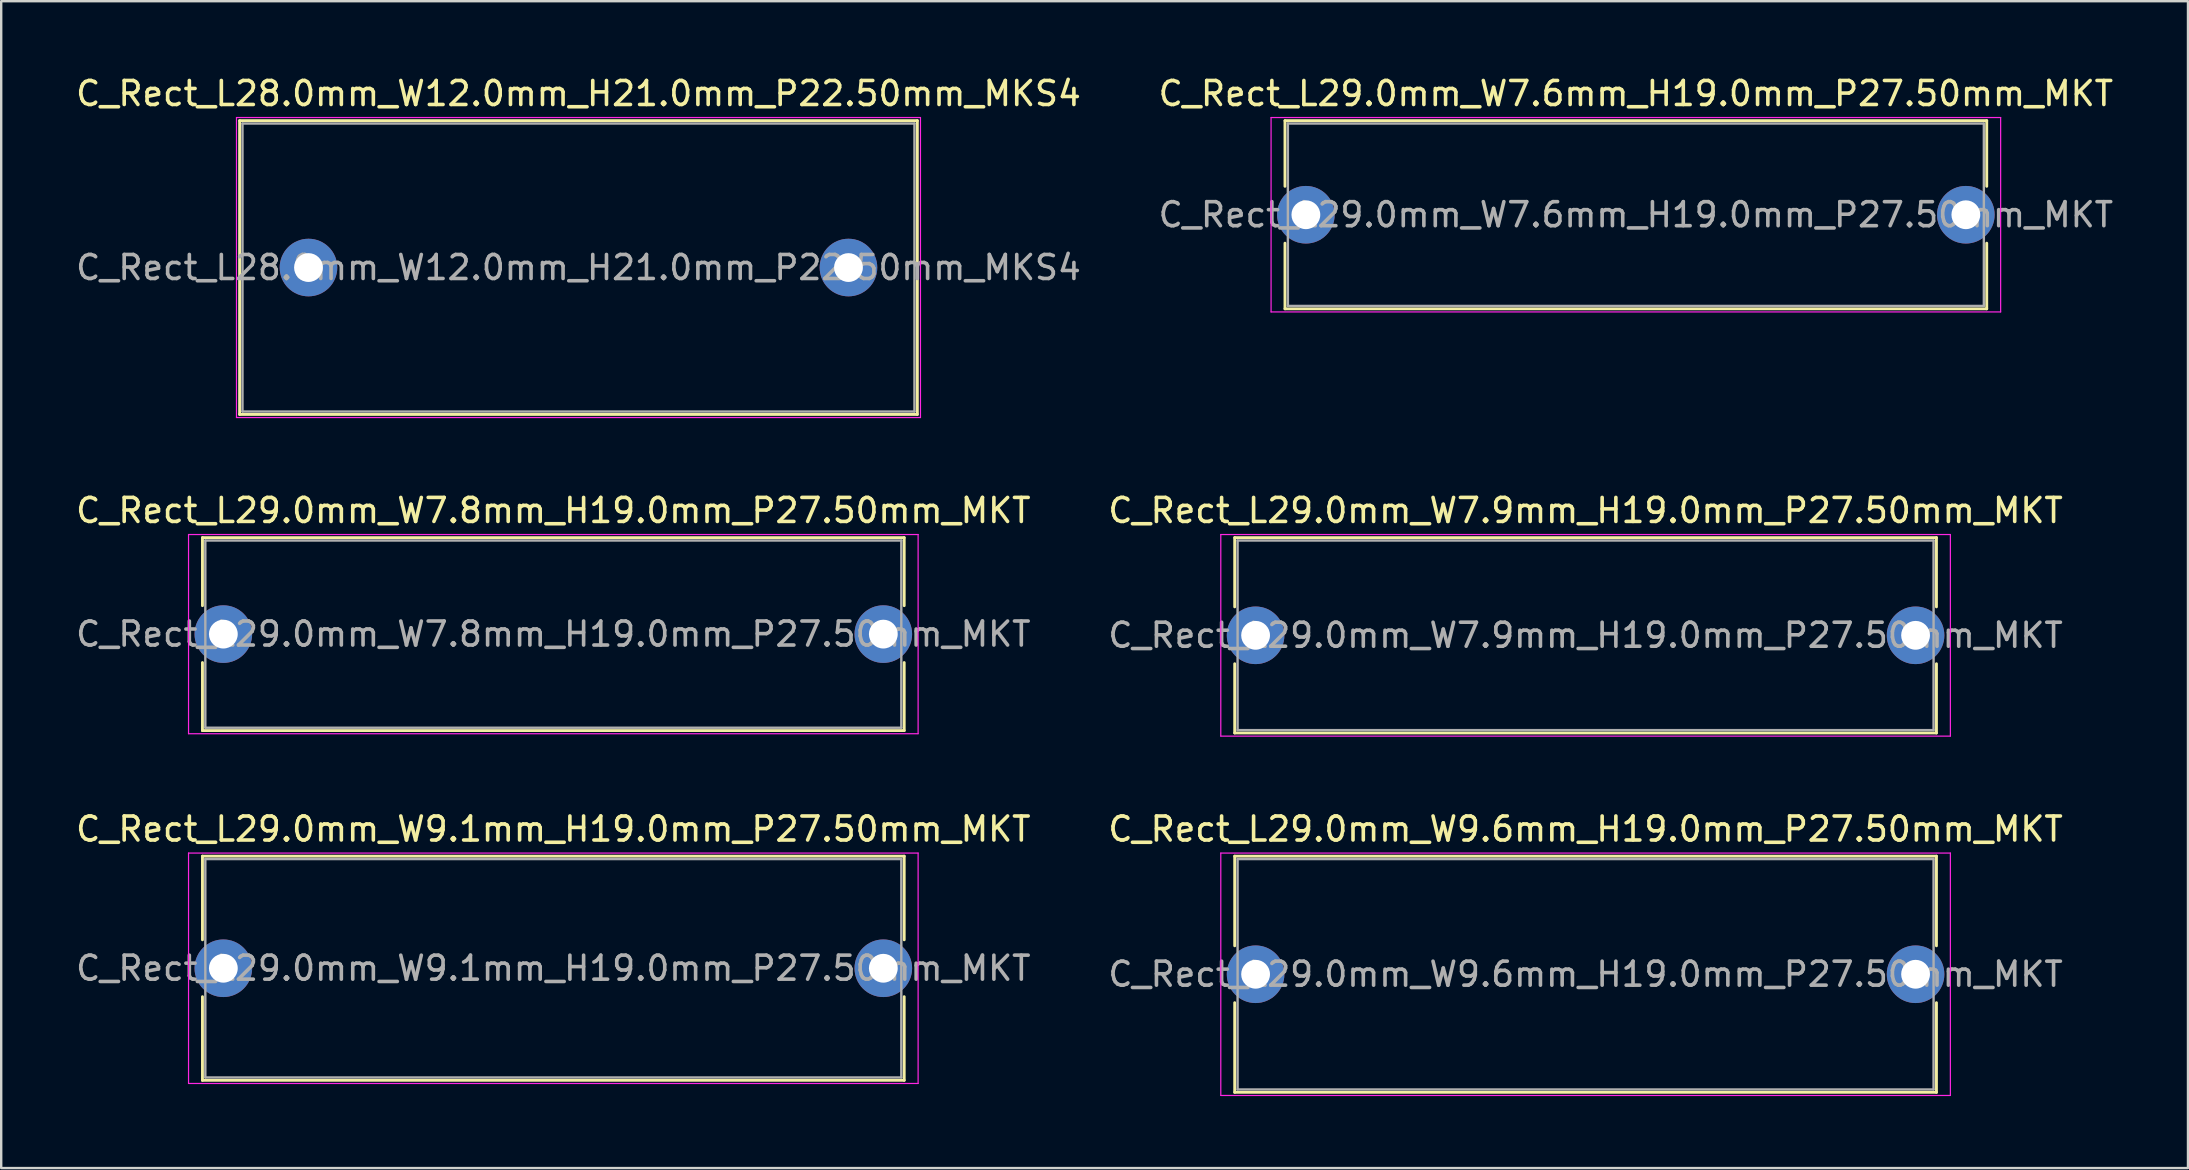
<source format=kicad_pcb>
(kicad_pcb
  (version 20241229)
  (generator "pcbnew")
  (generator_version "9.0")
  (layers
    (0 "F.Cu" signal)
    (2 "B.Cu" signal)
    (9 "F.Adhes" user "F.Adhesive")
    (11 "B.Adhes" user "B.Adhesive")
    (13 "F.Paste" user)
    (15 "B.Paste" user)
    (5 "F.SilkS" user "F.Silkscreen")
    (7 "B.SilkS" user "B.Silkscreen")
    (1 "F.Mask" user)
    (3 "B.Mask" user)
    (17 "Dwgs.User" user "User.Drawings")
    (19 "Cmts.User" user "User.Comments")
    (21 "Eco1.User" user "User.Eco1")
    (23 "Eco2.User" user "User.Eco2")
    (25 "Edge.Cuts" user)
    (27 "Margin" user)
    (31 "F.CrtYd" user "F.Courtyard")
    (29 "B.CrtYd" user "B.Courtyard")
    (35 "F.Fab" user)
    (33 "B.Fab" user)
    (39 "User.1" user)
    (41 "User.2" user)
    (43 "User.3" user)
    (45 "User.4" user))
  (footprint "C_Rect_L29.0mm_W7.6mm_H19.0mm_P27.50mm_MKT"
    (layer "F.Cu")
    (at 51.363 5.898)
    (property "Reference" "C_Rect_L29.0mm_W7.6mm_H19.0mm_P27.50mm_MKT" (at 13.75 -5.05 0) (layer "F.SilkS") (effects (font (size 1 1) (thickness 0.15))))
    (attr through_hole)
    (fp_line (start -0.87 -3.92) (end -0.87 -1.185) (stroke (width 0.12) (type solid)) (layer "F.SilkS"))
    (fp_line (start -0.87 -3.92) (end 28.37 -3.92) (stroke (width 0.12) (type solid)) (layer "F.SilkS"))
    (fp_line (start -0.87 1.185) (end -0.87 3.92) (stroke (width 0.12) (type solid)) (layer "F.SilkS"))
    (fp_line (start -0.87 3.92) (end 28.37 3.92) (stroke (width 0.12) (type solid)) (layer "F.SilkS"))
    (fp_line (start 28.37 -3.92) (end 28.37 -1.185) (stroke (width 0.12) (type solid)) (layer "F.SilkS"))
    (fp_line (start 28.37 1.185) (end 28.37 3.92) (stroke (width 0.12) (type solid)) (layer "F.SilkS"))
    (fp_line (start -1.45 -4.05) (end -1.45 4.05) (stroke (width 0.05) (type solid)) (layer "F.CrtYd"))
    (fp_line (start -1.45 4.05) (end 28.95 4.05) (stroke (width 0.05) (type solid)) (layer "F.CrtYd"))
    (fp_line (start 28.95 -4.05) (end -1.45 -4.05) (stroke (width 0.05) (type solid)) (layer "F.CrtYd"))
    (fp_line (start 28.95 4.05) (end 28.95 -4.05) (stroke (width 0.05) (type solid)) (layer "F.CrtYd"))
    (fp_line (start -0.75 -3.8) (end -0.75 3.8) (stroke (width 0.1) (type solid)) (layer "F.Fab"))
    (fp_line (start -0.75 3.8) (end 28.25 3.8) (stroke (width 0.1) (type solid)) (layer "F.Fab"))
    (fp_line (start 28.25 -3.8) (end -0.75 -3.8) (stroke (width 0.1) (type solid)) (layer "F.Fab"))
    (fp_line (start 28.25 3.8) (end 28.25 -3.8) (stroke (width 0.1) (type solid)) (layer "F.Fab"))
    (fp_text user "${REFERENCE}" (at 13.75 0 0) (layer "F.Fab") (effects (font (size 1 1) (thickness 0.15))))
    (pad "1" thru_hole circle (at 0 0) (size 2.4 2.4) (drill 1.2) (layers "*.Cu" "*.Mask"))
    (pad "2" thru_hole circle (at 27.5 0) (size 2.4 2.4) (drill 1.2) (layers "*.Cu" "*.Mask")))
  (footprint "C_Rect_L29.0mm_W9.1mm_H19.0mm_P27.50mm_MKT"
    (layer "F.Cu")
    (at 6.256 37.295)
    (property "Reference" "C_Rect_L29.0mm_W9.1mm_H19.0mm_P27.50mm_MKT" (at 13.75 -5.8 0) (layer "F.SilkS") (effects (font (size 1 1) (thickness 0.15))))
    (attr through_hole)
    (fp_line (start -0.87 -4.67) (end -0.87 -1.185) (stroke (width 0.12) (type solid)) (layer "F.SilkS"))
    (fp_line (start -0.87 -4.67) (end 28.37 -4.67) (stroke (width 0.12) (type solid)) (layer "F.SilkS"))
    (fp_line (start -0.87 1.185) (end -0.87 4.67) (stroke (width 0.12) (type solid)) (layer "F.SilkS"))
    (fp_line (start -0.87 4.67) (end 28.37 4.67) (stroke (width 0.12) (type solid)) (layer "F.SilkS"))
    (fp_line (start 28.37 -4.67) (end 28.37 -1.185) (stroke (width 0.12) (type solid)) (layer "F.SilkS"))
    (fp_line (start 28.37 1.185) (end 28.37 4.67) (stroke (width 0.12) (type solid)) (layer "F.SilkS"))
    (fp_line (start -1.45 -4.8) (end -1.45 4.8) (stroke (width 0.05) (type solid)) (layer "F.CrtYd"))
    (fp_line (start -1.45 4.8) (end 28.95 4.8) (stroke (width 0.05) (type solid)) (layer "F.CrtYd"))
    (fp_line (start 28.95 -4.8) (end -1.45 -4.8) (stroke (width 0.05) (type solid)) (layer "F.CrtYd"))
    (fp_line (start 28.95 4.8) (end 28.95 -4.8) (stroke (width 0.05) (type solid)) (layer "F.CrtYd"))
    (fp_line (start -0.75 -4.55) (end -0.75 4.55) (stroke (width 0.1) (type solid)) (layer "F.Fab"))
    (fp_line (start -0.75 4.55) (end 28.25 4.55) (stroke (width 0.1) (type solid)) (layer "F.Fab"))
    (fp_line (start 28.25 -4.55) (end -0.75 -4.55) (stroke (width 0.1) (type solid)) (layer "F.Fab"))
    (fp_line (start 28.25 4.55) (end 28.25 -4.55) (stroke (width 0.1) (type solid)) (layer "F.Fab"))
    (fp_text user "${REFERENCE}" (at 13.75 0 0) (layer "F.Fab") (effects (font (size 1 1) (thickness 0.15))))
    (pad "1" thru_hole circle (at 0 0) (size 2.4 2.4) (drill 1.2) (layers "*.Cu" "*.Mask"))
    (pad "2" thru_hole circle (at 27.5 0) (size 2.4 2.4) (drill 1.2) (layers "*.Cu" "*.Mask")))
  (footprint "C_Rect_L29.0mm_W7.9mm_H19.0mm_P27.50mm_MKT"
    (layer "F.Cu")
    (at 49.268 23.422)
    (property "Reference" "C_Rect_L29.0mm_W7.9mm_H19.0mm_P27.50mm_MKT" (at 13.75 -5.2 0) (layer "F.SilkS") (effects (font (size 1 1) (thickness 0.15))))
    (attr through_hole)
    (fp_line (start -0.87 -4.07) (end -0.87 -1.185) (stroke (width 0.12) (type solid)) (layer "F.SilkS"))
    (fp_line (start -0.87 -4.07) (end 28.37 -4.07) (stroke (width 0.12) (type solid)) (layer "F.SilkS"))
    (fp_line (start -0.87 1.185) (end -0.87 4.07) (stroke (width 0.12) (type solid)) (layer "F.SilkS"))
    (fp_line (start -0.87 4.07) (end 28.37 4.07) (stroke (width 0.12) (type solid)) (layer "F.SilkS"))
    (fp_line (start 28.37 -4.07) (end 28.37 -1.185) (stroke (width 0.12) (type solid)) (layer "F.SilkS"))
    (fp_line (start 28.37 1.185) (end 28.37 4.07) (stroke (width 0.12) (type solid)) (layer "F.SilkS"))
    (fp_line (start -1.45 -4.2) (end -1.45 4.2) (stroke (width 0.05) (type solid)) (layer "F.CrtYd"))
    (fp_line (start -1.45 4.2) (end 28.95 4.2) (stroke (width 0.05) (type solid)) (layer "F.CrtYd"))
    (fp_line (start 28.95 -4.2) (end -1.45 -4.2) (stroke (width 0.05) (type solid)) (layer "F.CrtYd"))
    (fp_line (start 28.95 4.2) (end 28.95 -4.2) (stroke (width 0.05) (type solid)) (layer "F.CrtYd"))
    (fp_line (start -0.75 -3.95) (end -0.75 3.95) (stroke (width 0.1) (type solid)) (layer "F.Fab"))
    (fp_line (start -0.75 3.95) (end 28.25 3.95) (stroke (width 0.1) (type solid)) (layer "F.Fab"))
    (fp_line (start 28.25 -3.95) (end -0.75 -3.95) (stroke (width 0.1) (type solid)) (layer "F.Fab"))
    (fp_line (start 28.25 3.95) (end 28.25 -3.95) (stroke (width 0.1) (type solid)) (layer "F.Fab"))
    (fp_text user "${REFERENCE}" (at 13.75 0 0) (layer "F.Fab") (effects (font (size 1 1) (thickness 0.15))))
    (pad "1" thru_hole circle (at 0 0) (size 2.4 2.4) (drill 1.2) (layers "*.Cu" "*.Mask"))
    (pad "2" thru_hole circle (at 27.5 0) (size 2.4 2.4) (drill 1.2) (layers "*.Cu" "*.Mask")))
  (footprint "C_Rect_L29.0mm_W7.8mm_H19.0mm_P27.50mm_MKT"
    (layer "F.Cu")
    (at 6.256 23.372)
    (property "Reference" "C_Rect_L29.0mm_W7.8mm_H19.0mm_P27.50mm_MKT" (at 13.75 -5.15 0) (layer "F.SilkS") (effects (font (size 1 1) (thickness 0.15))))
    (attr through_hole)
    (fp_line (start -0.87 -4.02) (end -0.87 -1.185) (stroke (width 0.12) (type solid)) (layer "F.SilkS"))
    (fp_line (start -0.87 -4.02) (end 28.37 -4.02) (stroke (width 0.12) (type solid)) (layer "F.SilkS"))
    (fp_line (start -0.87 1.185) (end -0.87 4.02) (stroke (width 0.12) (type solid)) (layer "F.SilkS"))
    (fp_line (start -0.87 4.02) (end 28.37 4.02) (stroke (width 0.12) (type solid)) (layer "F.SilkS"))
    (fp_line (start 28.37 -4.02) (end 28.37 -1.185) (stroke (width 0.12) (type solid)) (layer "F.SilkS"))
    (fp_line (start 28.37 1.185) (end 28.37 4.02) (stroke (width 0.12) (type solid)) (layer "F.SilkS"))
    (fp_line (start -1.45 -4.15) (end -1.45 4.15) (stroke (width 0.05) (type solid)) (layer "F.CrtYd"))
    (fp_line (start -1.45 4.15) (end 28.95 4.15) (stroke (width 0.05) (type solid)) (layer "F.CrtYd"))
    (fp_line (start 28.95 -4.15) (end -1.45 -4.15) (stroke (width 0.05) (type solid)) (layer "F.CrtYd"))
    (fp_line (start 28.95 4.15) (end 28.95 -4.15) (stroke (width 0.05) (type solid)) (layer "F.CrtYd"))
    (fp_line (start -0.75 -3.9) (end -0.75 3.9) (stroke (width 0.1) (type solid)) (layer "F.Fab"))
    (fp_line (start -0.75 3.9) (end 28.25 3.9) (stroke (width 0.1) (type solid)) (layer "F.Fab"))
    (fp_line (start 28.25 -3.9) (end -0.75 -3.9) (stroke (width 0.1) (type solid)) (layer "F.Fab"))
    (fp_line (start 28.25 3.9) (end 28.25 -3.9) (stroke (width 0.1) (type solid)) (layer "F.Fab"))
    (fp_text user "${REFERENCE}" (at 13.75 0 0) (layer "F.Fab") (effects (font (size 1 1) (thickness 0.15))))
    (pad "1" thru_hole circle (at 0 0) (size 2.4 2.4) (drill 1.2) (layers "*.Cu" "*.Mask"))
    (pad "2" thru_hole circle (at 27.5 0) (size 2.4 2.4) (drill 1.2) (layers "*.Cu" "*.Mask")))
  (footprint "C_Rect_L29.0mm_W9.6mm_H19.0mm_P27.50mm_MKT"
    (layer "F.Cu")
    (at 49.268 37.545)
    (property "Reference" "C_Rect_L29.0mm_W9.6mm_H19.0mm_P27.50mm_MKT" (at 13.75 -6.05 0) (layer "F.SilkS") (effects (font (size 1 1) (thickness 0.15))))
    (attr through_hole)
    (fp_line (start -0.87 -4.92) (end -0.87 -1.185) (stroke (width 0.12) (type solid)) (layer "F.SilkS"))
    (fp_line (start -0.87 -4.92) (end 28.37 -4.92) (stroke (width 0.12) (type solid)) (layer "F.SilkS"))
    (fp_line (start -0.87 1.185) (end -0.87 4.92) (stroke (width 0.12) (type solid)) (layer "F.SilkS"))
    (fp_line (start -0.87 4.92) (end 28.37 4.92) (stroke (width 0.12) (type solid)) (layer "F.SilkS"))
    (fp_line (start 28.37 -4.92) (end 28.37 -1.185) (stroke (width 0.12) (type solid)) (layer "F.SilkS"))
    (fp_line (start 28.37 1.185) (end 28.37 4.92) (stroke (width 0.12) (type solid)) (layer "F.SilkS"))
    (fp_line (start -1.45 -5.05) (end -1.45 5.05) (stroke (width 0.05) (type solid)) (layer "F.CrtYd"))
    (fp_line (start -1.45 5.05) (end 28.95 5.05) (stroke (width 0.05) (type solid)) (layer "F.CrtYd"))
    (fp_line (start 28.95 -5.05) (end -1.45 -5.05) (stroke (width 0.05) (type solid)) (layer "F.CrtYd"))
    (fp_line (start 28.95 5.05) (end 28.95 -5.05) (stroke (width 0.05) (type solid)) (layer "F.CrtYd"))
    (fp_line (start -0.75 -4.8) (end -0.75 4.8) (stroke (width 0.1) (type solid)) (layer "F.Fab"))
    (fp_line (start -0.75 4.8) (end 28.25 4.8) (stroke (width 0.1) (type solid)) (layer "F.Fab"))
    (fp_line (start 28.25 -4.8) (end -0.75 -4.8) (stroke (width 0.1) (type solid)) (layer "F.Fab"))
    (fp_line (start 28.25 4.8) (end 28.25 -4.8) (stroke (width 0.1) (type solid)) (layer "F.Fab"))
    (fp_text user "${REFERENCE}" (at 13.75 0 0) (layer "F.Fab") (effects (font (size 1 1) (thickness 0.15))))
    (pad "1" thru_hole circle (at 0 0) (size 2.4 2.4) (drill 1.2) (layers "*.Cu" "*.Mask"))
    (pad "2" thru_hole circle (at 27.5 0) (size 2.4 2.4) (drill 1.2) (layers "*.Cu" "*.Mask")))
  (footprint "C_Rect_L28.0mm_W12.0mm_H21.0mm_P22.50mm_MKS4"
    (layer "F.Cu")
    (at 9.804 8.098)
    (property "Reference" "C_Rect_L28.0mm_W12.0mm_H21.0mm_P22.50mm_MKS4" (at 11.25 -7.25 0) (layer "F.SilkS") (effects (font (size 1 1) (thickness 0.15))))
    (attr through_hole)
    (fp_line (start -2.87 -6.12) (end -2.87 6.12) (stroke (width 0.12) (type solid)) (layer "F.SilkS"))
    (fp_line (start -2.87 -6.12) (end 25.37 -6.12) (stroke (width 0.12) (type solid)) (layer "F.SilkS"))
    (fp_line (start -2.87 6.12) (end 25.37 6.12) (stroke (width 0.12) (type solid)) (layer "F.SilkS"))
    (fp_line (start 25.37 -6.12) (end 25.37 6.12) (stroke (width 0.12) (type solid)) (layer "F.SilkS"))
    (fp_line (start -3 -6.25) (end -3 6.25) (stroke (width 0.05) (type solid)) (layer "F.CrtYd"))
    (fp_line (start -3 6.25) (end 25.5 6.25) (stroke (width 0.05) (type solid)) (layer "F.CrtYd"))
    (fp_line (start 25.5 -6.25) (end -3 -6.25) (stroke (width 0.05) (type solid)) (layer "F.CrtYd"))
    (fp_line (start 25.5 6.25) (end 25.5 -6.25) (stroke (width 0.05) (type solid)) (layer "F.CrtYd"))
    (fp_line (start -2.75 -6) (end -2.75 6) (stroke (width 0.1) (type solid)) (layer "F.Fab"))
    (fp_line (start -2.75 6) (end 25.25 6) (stroke (width 0.1) (type solid)) (layer "F.Fab"))
    (fp_line (start 25.25 -6) (end -2.75 -6) (stroke (width 0.1) (type solid)) (layer "F.Fab"))
    (fp_line (start 25.25 6) (end 25.25 -6) (stroke (width 0.1) (type solid)) (layer "F.Fab"))
    (fp_text user "${REFERENCE}" (at 11.25 0 0) (layer "F.Fab") (effects (font (size 1 1) (thickness 0.15))))
    (pad "1" thru_hole circle (at 0 0) (size 2.4 2.4) (drill 1.2) (layers "*.Cu" "*.Mask"))
    (pad "2" thru_hole circle (at 22.5 0) (size 2.4 2.4) (drill 1.2) (layers "*.Cu" "*.Mask")))
  (gr_rect
    (start -3 -3)
    (end 88.119 45.62)
    (stroke (width 0.1) (type default))
    (fill no)
    (layer "Edge.Cuts")))
</source>
